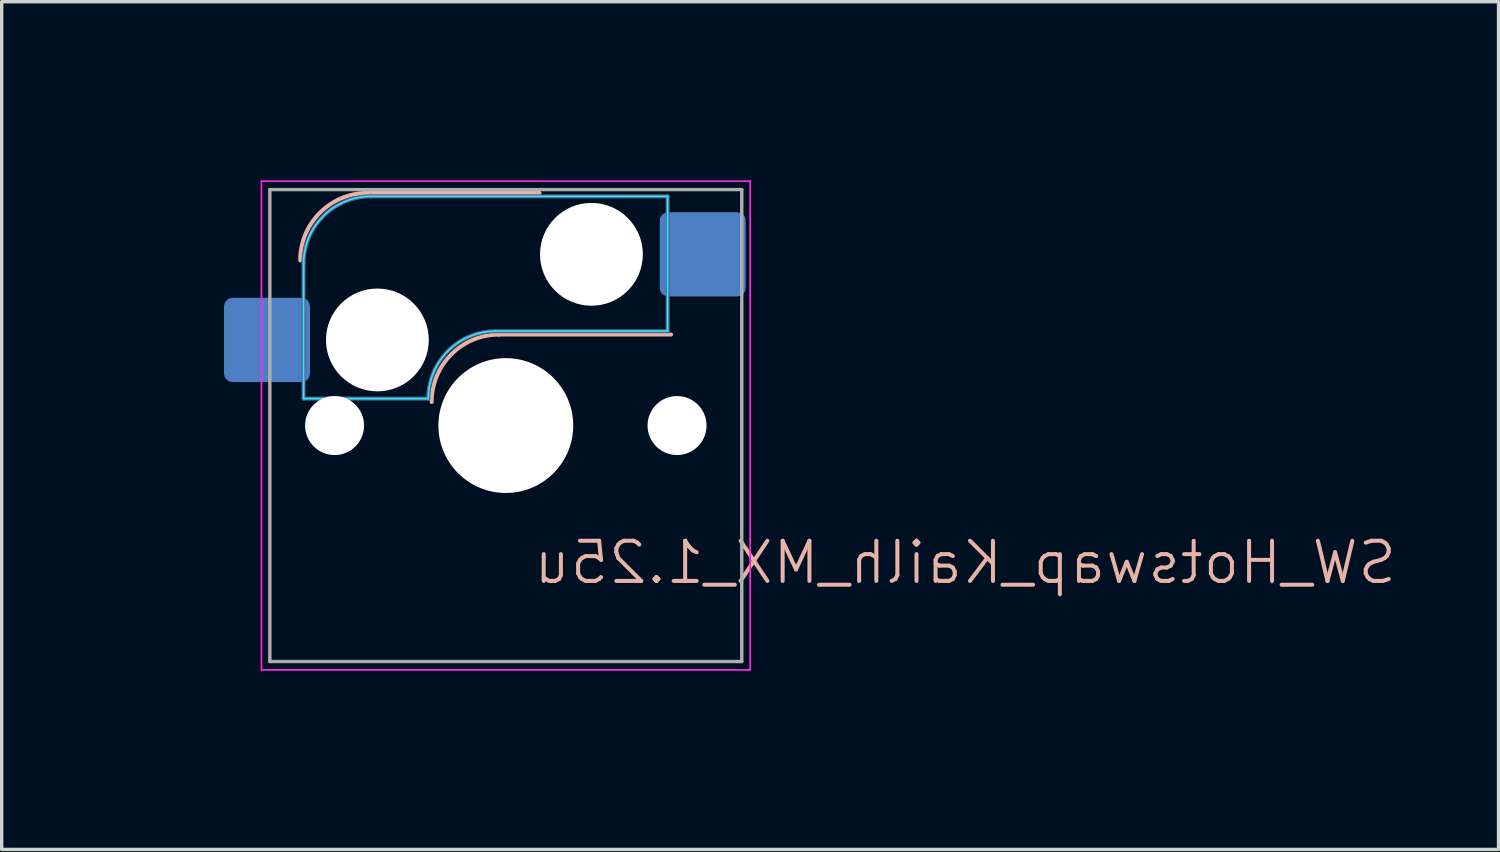
<source format=kicad_pcb>
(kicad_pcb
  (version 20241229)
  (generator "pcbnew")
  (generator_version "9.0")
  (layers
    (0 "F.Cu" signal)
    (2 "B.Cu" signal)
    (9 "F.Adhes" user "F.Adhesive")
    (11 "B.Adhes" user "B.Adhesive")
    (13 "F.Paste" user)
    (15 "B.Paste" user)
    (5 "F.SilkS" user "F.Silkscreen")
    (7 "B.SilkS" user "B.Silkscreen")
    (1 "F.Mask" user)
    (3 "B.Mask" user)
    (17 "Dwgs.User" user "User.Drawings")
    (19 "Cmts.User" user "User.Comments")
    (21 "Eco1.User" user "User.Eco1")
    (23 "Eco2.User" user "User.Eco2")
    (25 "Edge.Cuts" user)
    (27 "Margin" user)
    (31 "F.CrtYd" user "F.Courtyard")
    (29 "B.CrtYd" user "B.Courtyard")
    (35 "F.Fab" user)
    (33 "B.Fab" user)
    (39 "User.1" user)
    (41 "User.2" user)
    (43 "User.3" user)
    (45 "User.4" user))
  (footprint "SW_Hotswap_Kailh_MX_1.25u"
    (layer "F.Cu")
    (at 11.956 9.575)
    (property "Reference" "SW_Hotswap_Kailh_MX_1.25u" (at 0.762 4.064 0) (layer "B.SilkS") (effects (font (size 1.191 1.191) (thickness 0.119)) (justify right mirror)))
    (attr smd)
    (fp_line (start -4.1 -6.9) (end 1 -6.9) (stroke (width 0.12) (type solid)) (layer "B.SilkS"))
    (fp_line (start -0.2 -2.7) (end 4.9 -2.7) (stroke (width 0.12) (type solid)) (layer "B.SilkS"))
    (fp_arc (start -6.1 -4.9) (mid -5.514214 -6.314214) (end -4.1 -6.9) (stroke (width 0.12) (type solid)) (layer "B.SilkS"))
    (fp_arc (start -2.2 -0.7) (mid -1.614214 -2.114214) (end -0.2 -2.7) (stroke (width 0.12) (type solid)) (layer "B.SilkS"))
    (fp_line (start -7.8 -6) (end -7 -6) (stroke (width 0.1) (type solid)) (layer "Eco1.User"))
    (fp_line (start -7.8 -2.9) (end -7.8 -6) (stroke (width 0.1) (type solid)) (layer "Eco1.User"))
    (fp_line (start -7.8 2.9) (end -7 2.9) (stroke (width 0.1) (type solid)) (layer "Eco1.User"))
    (fp_line (start -7.8 6) (end -7.8 2.9) (stroke (width 0.1) (type solid)) (layer "Eco1.User"))
    (fp_line (start -7 -7) (end 7 -7) (stroke (width 0.1) (type solid)) (layer "Eco1.User"))
    (fp_line (start -7 -6) (end -7 -7) (stroke (width 0.1) (type solid)) (layer "Eco1.User"))
    (fp_line (start -7 -2.9) (end -7.8 -2.9) (stroke (width 0.1) (type solid)) (layer "Eco1.User"))
    (fp_line (start -7 2.9) (end -7 -2.9) (stroke (width 0.1) (type solid)) (layer "Eco1.User"))
    (fp_line (start -7 6) (end -7.8 6) (stroke (width 0.1) (type solid)) (layer "Eco1.User"))
    (fp_line (start -7 7) (end -7 6) (stroke (width 0.1) (type solid)) (layer "Eco1.User"))
    (fp_line (start 7 -7) (end 7 -6) (stroke (width 0.1) (type solid)) (layer "Eco1.User"))
    (fp_line (start 7 -6) (end 7.8 -6) (stroke (width 0.1) (type solid)) (layer "Eco1.User"))
    (fp_line (start 7 -2.9) (end 7 2.9) (stroke (width 0.1) (type solid)) (layer "Eco1.User"))
    (fp_line (start 7 2.9) (end 7.8 2.9) (stroke (width 0.1) (type solid)) (layer "Eco1.User"))
    (fp_line (start 7 6) (end 7 7) (stroke (width 0.1) (type solid)) (layer "Eco1.User"))
    (fp_line (start 7 7) (end -7 7) (stroke (width 0.1) (type solid)) (layer "Eco1.User"))
    (fp_line (start 7.8 -6) (end 7.8 -2.9) (stroke (width 0.1) (type solid)) (layer "Eco1.User"))
    (fp_line (start 7.8 -2.9) (end 7 -2.9) (stroke (width 0.1) (type solid)) (layer "Eco1.User"))
    (fp_line (start 7.8 2.9) (end 7.8 6) (stroke (width 0.1) (type solid)) (layer "Eco1.User"))
    (fp_line (start 7.8 6) (end 7 6) (stroke (width 0.1) (type solid)) (layer "Eco1.User"))
    (fp_line (start -11.906 -9.525) (end -11.906 9.525) (stroke (width 0.1) (type solid)) (layer "Eco2.User"))
    (fp_line (start -11.906 9.525) (end 11.906 9.525) (stroke (width 0.1) (type solid)) (layer "Eco2.User"))
    (fp_line (start 11.906 -9.525) (end -11.906 -9.525) (stroke (width 0.1) (type solid)) (layer "Eco2.User"))
    (fp_line (start 11.906 9.525) (end 11.906 -9.525) (stroke (width 0.1) (type solid)) (layer "Eco2.User"))
    (fp_line (start -6 -0.8) (end -6 -4.8) (stroke (width 0.05) (type solid)) (layer "B.CrtYd"))
    (fp_line (start -6 -0.8) (end -2.3 -0.8) (stroke (width 0.05) (type solid)) (layer "B.CrtYd"))
    (fp_line (start -4 -6.8) (end 4.8 -6.8) (stroke (width 0.05) (type solid)) (layer "B.CrtYd"))
    (fp_line (start -0.3 -2.8) (end 4.8 -2.8) (stroke (width 0.05) (type solid)) (layer "B.CrtYd"))
    (fp_line (start 4.8 -6.8) (end 4.8 -2.8) (stroke (width 0.05) (type solid)) (layer "B.CrtYd"))
    (fp_arc (start -6 -4.8) (mid -5.414214 -6.214214) (end -4 -6.8) (stroke (width 0.05) (type solid)) (layer "B.CrtYd"))
    (fp_arc (start -2.3 -0.8) (mid -1.714214 -2.214214) (end -0.3 -2.8) (stroke (width 0.05) (type solid)) (layer "B.CrtYd"))
    (fp_line (start -7.25 -7.25) (end -7.25 7.25) (stroke (width 0.05) (type solid)) (layer "F.CrtYd"))
    (fp_line (start -7.25 7.25) (end 7.25 7.25) (stroke (width 0.05) (type solid)) (layer "F.CrtYd"))
    (fp_line (start 7.25 -7.25) (end -7.25 -7.25) (stroke (width 0.05) (type solid)) (layer "F.CrtYd"))
    (fp_line (start 7.25 7.25) (end 7.25 -7.25) (stroke (width 0.05) (type solid)) (layer "F.CrtYd"))
    (fp_line (start -6 -0.8) (end -6 -4.8) (stroke (width 0.12) (type solid)) (layer "B.Fab"))
    (fp_line (start -6 -0.8) (end -2.3 -0.8) (stroke (width 0.12) (type solid)) (layer "B.Fab"))
    (fp_line (start -4 -6.8) (end 4.8 -6.8) (stroke (width 0.12) (type solid)) (layer "B.Fab"))
    (fp_line (start -0.3 -2.8) (end 4.8 -2.8) (stroke (width 0.12) (type solid)) (layer "B.Fab"))
    (fp_line (start 4.8 -6.8) (end 4.8 -2.8) (stroke (width 0.12) (type solid)) (layer "B.Fab"))
    (fp_arc (start -6 -4.8) (mid -5.414214 -6.214214) (end -4 -6.8) (stroke (width 0.12) (type solid)) (layer "B.Fab"))
    (fp_arc (start -2.3 -0.8) (mid -1.714214 -2.214214) (end -0.3 -2.8) (stroke (width 0.12) (type solid)) (layer "B.Fab"))
    (fp_line (start -7 -7) (end -7 7) (stroke (width 0.1) (type solid)) (layer "F.Fab"))
    (fp_line (start -7 7) (end 7 7) (stroke (width 0.1) (type solid)) (layer "F.Fab"))
    (fp_line (start 7 -7) (end -7 -7) (stroke (width 0.1) (type solid)) (layer "F.Fab"))
    (fp_line (start 7 7) (end 7 -7) (stroke (width 0.1) (type solid)) (layer "F.Fab"))
    (pad "" np_thru_hole circle (at -5.08 0) (size 1.75 1.75) (drill 1.75) (layers "*.Cu" "*.Mask"))
    (pad "" np_thru_hole circle (at -3.81 -2.54) (size 3.05 3.05) (drill 3.05) (layers "*.Cu" "*.Mask"))
    (pad "" np_thru_hole circle (at 0 0) (size 4 4) (drill 4) (layers "*.Cu" "*.Mask"))
    (pad "" np_thru_hole circle (at 2.54 -5.08) (size 3.05 3.05) (drill 3.05) (layers "*.Cu" "*.Mask"))
    (pad "" np_thru_hole circle (at 5.08 0) (size 1.75 1.75) (drill 1.75) (layers "*.Cu" "*.Mask"))
    (pad "1" smd roundrect (at -7.085 -2.54) (size 2.55 2.5) (layers "B.Cu" "B.Mask" "B.Paste") (roundrect_rratio 0.1))
    (pad "2" smd roundrect (at 5.842 -5.08) (size 2.55 2.5) (layers "B.Cu" "B.Mask" "B.Paste") (roundrect_rratio 0.1)))
  (gr_rect
    (start -3 -3)
    (end 41.407 22.15)
    (stroke (width 0.1) (type default))
    (fill no)
    (layer "Edge.Cuts")))
</source>
